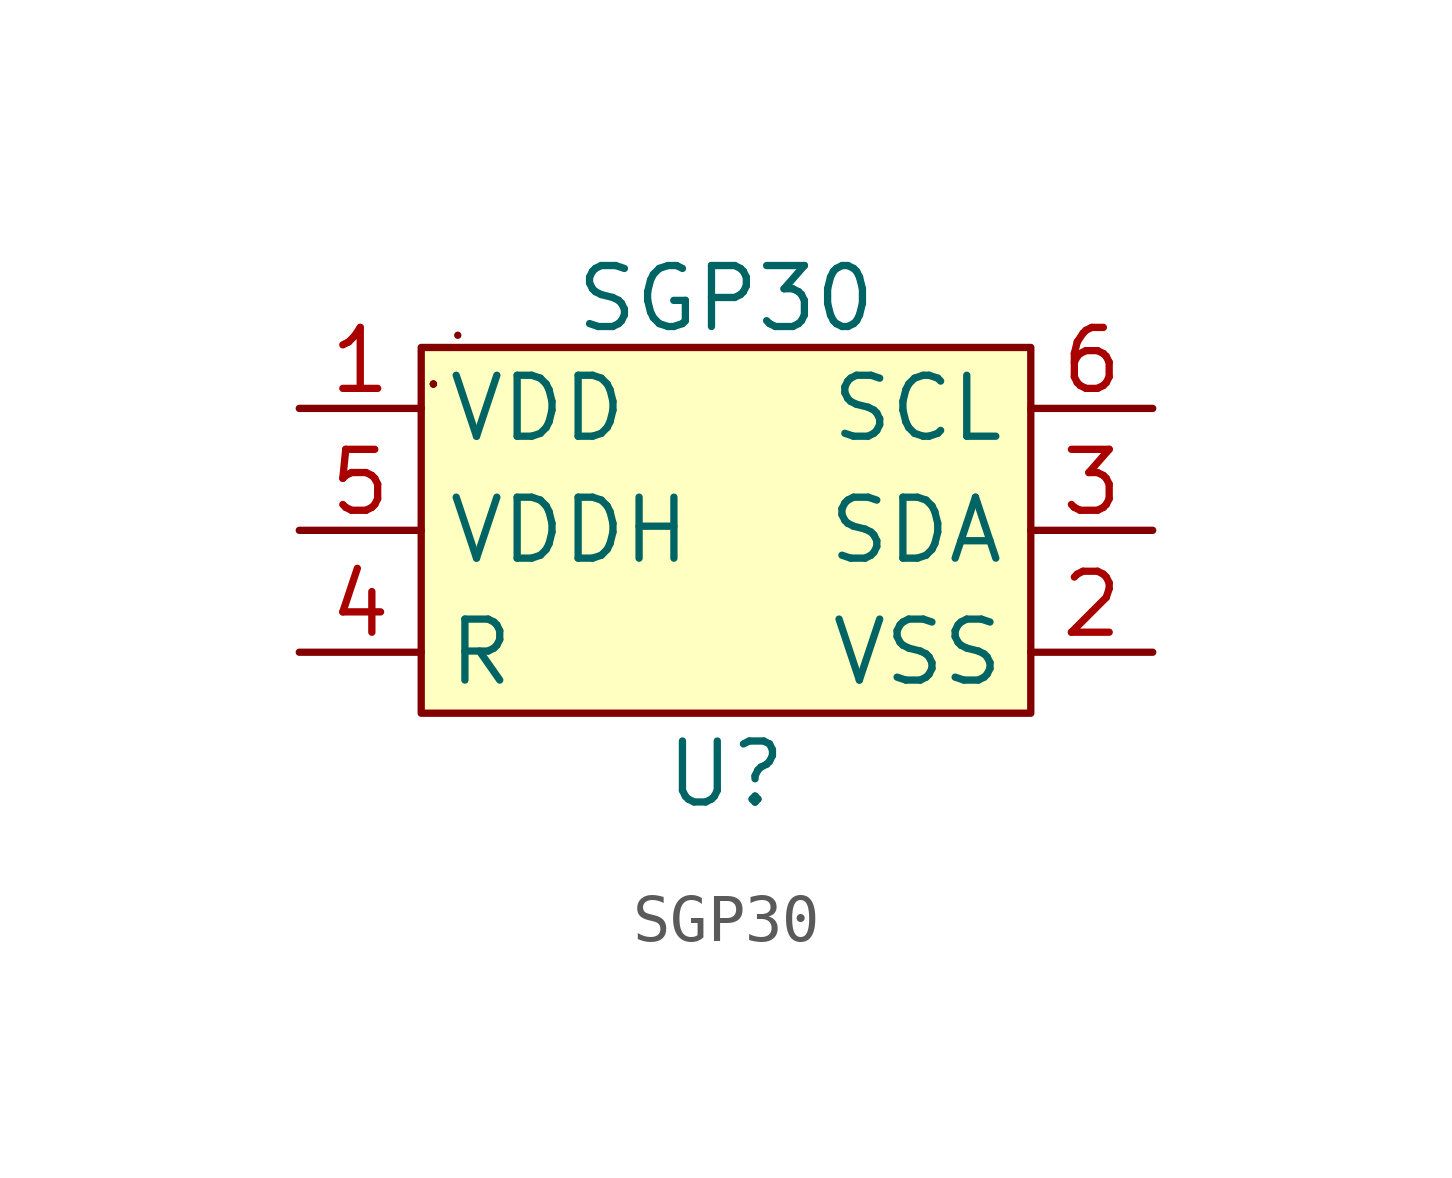
<source format=kicad_sym>
(kicad_symbol_lib
  (version 20211014)
  (generator kicad_symbol_editor)
  (symbol "SGP30"
    (property "Reference" "U"
      (at 0 -5.08 0)
      (effects (font (size 1.27 1.27))))
    (property "Value" "SGP30"
      (at 0 4.826 0)
      (effects (font (size 1.27 1.27))))
    (symbol "SGP30_0_1"
      (rectangle (start -6.35 3.81) (end 6.35 -3.81) (stroke (width 0) (type default) (color 0 0 0 0)) (fill (type background)))
      (rectangle (start -6.096 3.048) (end -6.096 3.048) (stroke (width 0) (type default) (color 0 0 0 0)) (fill (type none)))
      (rectangle (start -6.096 3.048) (end -6.096 3.048) (stroke (width 0) (type default) (color 0 0 0 0)) (fill (type none)))
      (rectangle (start -6.096 3.048) (end -6.096 3.048) (stroke (width 0) (type default) (color 0 0 0 0)) (fill (type none)))
      (rectangle (start -5.588 4.064) (end -5.588 4.064) (stroke (width 0) (type default) (color 0 0 0 0)) (fill (type none))))
    (symbol "SGP30_1_1"
      (pin input line (at -8.89 2.54 0) (length 2.54) (name "VDD" (effects (font (size 1.27 1.27)))) (number "1" (effects (font (size 1.27 1.27)))))
      (pin input line (at 8.89 -2.54 180) (length 2.54) (name "VSS" (effects (font (size 1.27 1.27)))) (number "2" (effects (font (size 1.27 1.27)))))
      (pin input line (at 8.89 0 180) (length 2.54) (name "SDA" (effects (font (size 1.27 1.27)))) (number "3" (effects (font (size 1.27 1.27)))))
      (pin input line (at -8.89 -2.54 0) (length 2.54) (name "R" (effects (font (size 1.27 1.27)))) (number "4" (effects (font (size 1.27 1.27)))))
      (pin input line (at -8.89 0 0) (length 2.54) (name "VDDH" (effects (font (size 1.27 1.27)))) (number "5" (effects (font (size 1.27 1.27)))))
      (pin input line (at 8.89 2.54 180) (length 2.54) (name "SCL" (effects (font (size 1.27 1.27)))) (number "6" (effects (font (size 1.27 1.27)))))
      (pin input line (at 8.89 -2.54 180) (length 2.54) hide (name "EXP_PAD" (effects (font (size 1.27 1.27)))) (number "7" (effects (font (size 1.27 1.27))))))))
</source>
